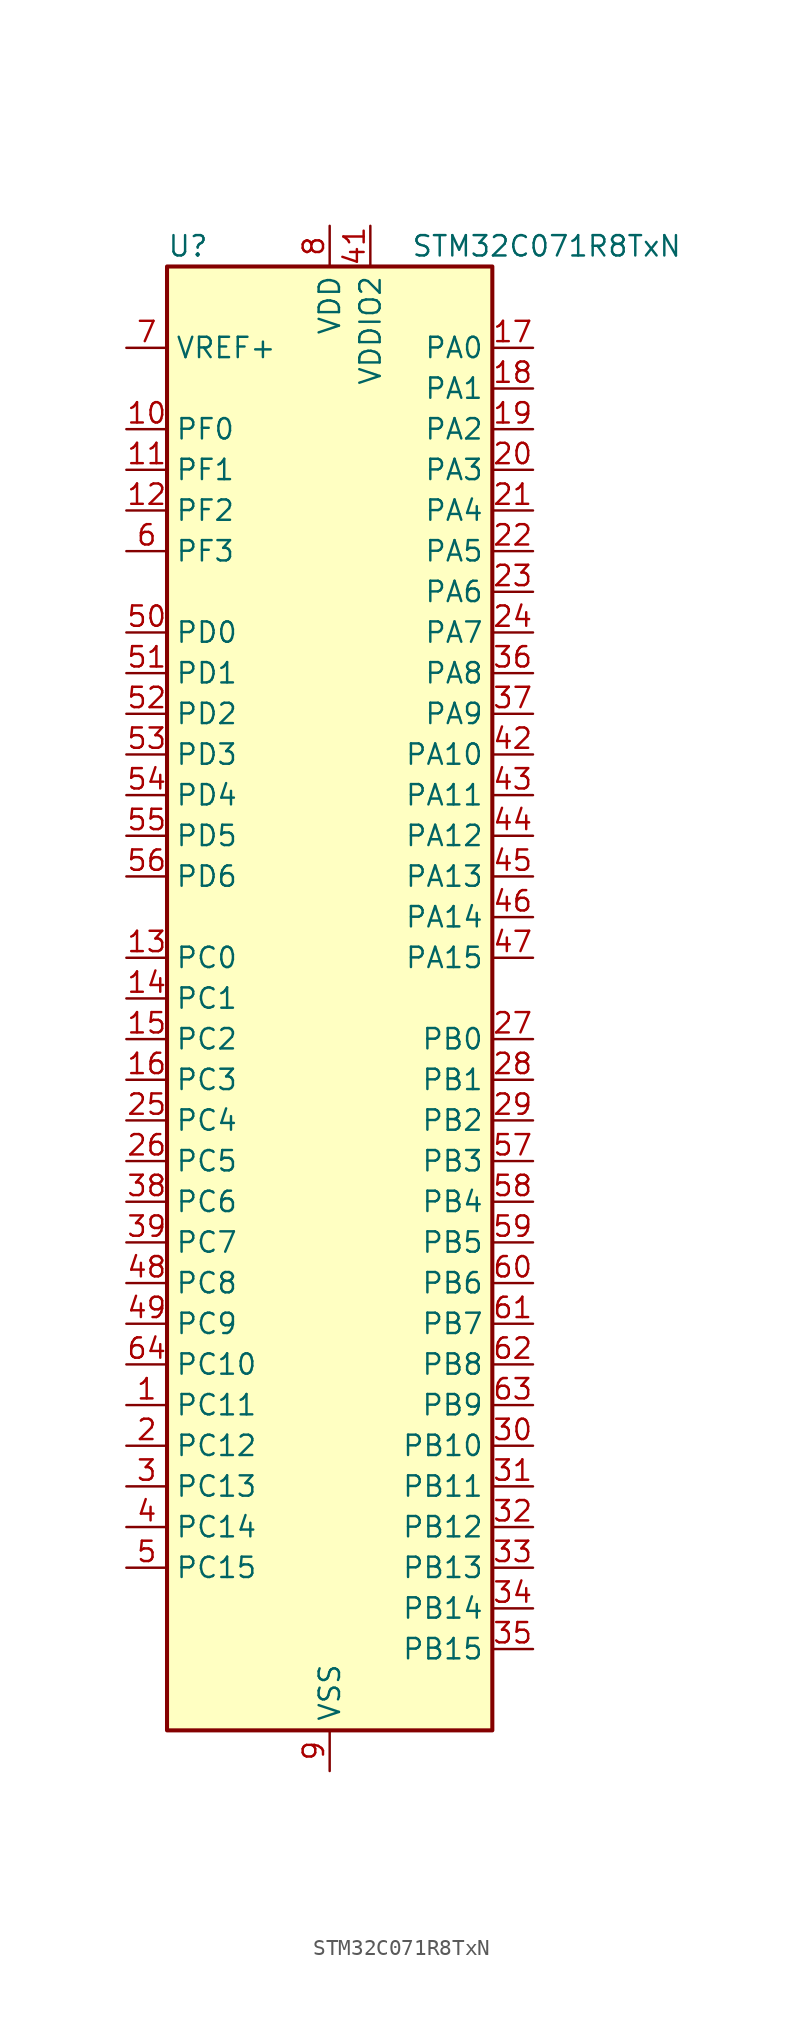
<source format=kicad_sym>
(kicad_symbol_lib
  (version 20241209)
  (generator "kicad_symbol_editor")
  (generator_version "9.0")
  (symbol "STM32C071R8TxN"
    (property "Reference" "U"
      (at -10.16 46.99 0)
      (effects (font (size 1.27 1.27)) (justify left)))
    (property "Value" "STM32C071R8TxN"
      (at 5.08 46.99 0)
      (effects (font (size 1.27 1.27)) (justify left)))
    (symbol "STM32C071R8TxN_0_1"
      (rectangle (start -10.16 -45.72) (end 10.16 45.72) (stroke (width 0.254) (type default)) (fill (type background))))
    (symbol "STM32C071R8TxN_1_1"
      (pin input line (at -12.7 40.64 0) (length 2.54) (name "VREF+" (effects (font (size 1.27 1.27)))) (number "7" (effects (font (size 1.27 1.27)))))
      (pin bidirectional line (at -12.7 35.56 0) (length 2.54) (name "PF0" (effects (font (size 1.27 1.27)))) (number "10" (effects (font (size 1.27 1.27)))) (alternate "CRS_SYNC" bidirectional line) (alternate "RCC_OSC_IN" bidirectional line) (alternate "TIM14_CH1" bidirectional line))
      (pin bidirectional line (at -12.7 33.02 0) (length 2.54) (name "PF1" (effects (font (size 1.27 1.27)))) (number "11" (effects (font (size 1.27 1.27)))) (alternate "RCC_OSC_EN" bidirectional line) (alternate "RCC_OSC_OUT" bidirectional line))
      (pin bidirectional line (at -12.7 30.48 0) (length 2.54) (name "PF2" (effects (font (size 1.27 1.27)))) (number "12" (effects (font (size 1.27 1.27)))) (alternate "RCC_MCO" bidirectional line) (alternate "TIM1_CH4" bidirectional line))
      (pin bidirectional line (at -12.7 27.94 0) (length 2.54) (name "PF3" (effects (font (size 1.27 1.27)))) (number "6" (effects (font (size 1.27 1.27)))))
      (pin bidirectional line (at -12.7 22.86 0) (length 2.54) (name "PD0" (effects (font (size 1.27 1.27)))) (number "50" (effects (font (size 1.27 1.27)))) (alternate "SPI2_NSS" bidirectional line) (alternate "TIM16_CH1" bidirectional line))
      (pin bidirectional line (at -12.7 20.32 0) (length 2.54) (name "PD1" (effects (font (size 1.27 1.27)))) (number "51" (effects (font (size 1.27 1.27)))) (alternate "SPI2_SCK" bidirectional line) (alternate "TIM17_CH1" bidirectional line))
      (pin bidirectional line (at -12.7 17.78 0) (length 2.54) (name "PD2" (effects (font (size 1.27 1.27)))) (number "52" (effects (font (size 1.27 1.27)))) (alternate "TIM1_CH1N" bidirectional line) (alternate "TIM3_ETR" bidirectional line))
      (pin bidirectional line (at -12.7 15.24 0) (length 2.54) (name "PD3" (effects (font (size 1.27 1.27)))) (number "53" (effects (font (size 1.27 1.27)))) (alternate "SPI2_MISO" bidirectional line) (alternate "TIM1_CH2N" bidirectional line) (alternate "USART2_CTS" bidirectional line) (alternate "USART2_NSS" bidirectional line))
      (pin bidirectional line (at -12.7 12.7 0) (length 2.54) (name "PD4" (effects (font (size 1.27 1.27)))) (number "54" (effects (font (size 1.27 1.27)))) (alternate "SPI2_MOSI" bidirectional line) (alternate "TIM1_CH3N" bidirectional line) (alternate "USART2_CK" bidirectional line) (alternate "USART2_DE" bidirectional line) (alternate "USART2_RTS" bidirectional line))
      (pin bidirectional line (at -12.7 10.16 0) (length 2.54) (name "PD5" (effects (font (size 1.27 1.27)))) (number "55" (effects (font (size 1.27 1.27)))) (alternate "I2S1_MCK" bidirectional line) (alternate "SPI1_MISO" bidirectional line) (alternate "TIM1_BKIN" bidirectional line) (alternate "USART2_TX" bidirectional line))
      (pin bidirectional line (at -12.7 7.62 0) (length 2.54) (name "PD6" (effects (font (size 1.27 1.27)))) (number "56" (effects (font (size 1.27 1.27)))) (alternate "I2S1_SD" bidirectional line) (alternate "SPI1_MOSI" bidirectional line) (alternate "USART2_RX" bidirectional line))
      (pin bidirectional line (at -12.7 2.54 0) (length 2.54) (name "PC0" (effects (font (size 1.27 1.27)))) (number "13" (effects (font (size 1.27 1.27)))))
      (pin bidirectional line (at -12.7 0 0) (length 2.54) (name "PC1" (effects (font (size 1.27 1.27)))) (number "14" (effects (font (size 1.27 1.27)))))
      (pin bidirectional line (at -12.7 -2.54 0) (length 2.54) (name "PC2" (effects (font (size 1.27 1.27)))) (number "15" (effects (font (size 1.27 1.27)))) (alternate "SPI2_MISO" bidirectional line))
      (pin bidirectional line (at -12.7 -5.08 0) (length 2.54) (name "PC3" (effects (font (size 1.27 1.27)))) (number "16" (effects (font (size 1.27 1.27)))) (alternate "SPI2_MOSI" bidirectional line))
      (pin bidirectional line (at -12.7 -7.62 0) (length 2.54) (name "PC4" (effects (font (size 1.27 1.27)))) (number "25" (effects (font (size 1.27 1.27)))) (alternate "ADC1_IN11" bidirectional line) (alternate "TIM2_CH1" bidirectional line) (alternate "TIM2_ETR" bidirectional line) (alternate "USART1_TX" bidirectional line))
      (pin bidirectional line (at -12.7 -10.16 0) (length 2.54) (name "PC5" (effects (font (size 1.27 1.27)))) (number "26" (effects (font (size 1.27 1.27)))) (alternate "ADC1_IN12" bidirectional line) (alternate "PWR_WKUP5" bidirectional line) (alternate "TIM2_CH2" bidirectional line) (alternate "USART1_RX" bidirectional line))
      (pin bidirectional line (at -12.7 -12.7 0) (length 2.54) (name "PC6" (effects (font (size 1.27 1.27)))) (number "38" (effects (font (size 1.27 1.27)))) (alternate "TIM2_CH3" bidirectional line) (alternate "TIM3_CH1" bidirectional line))
      (pin bidirectional line (at -12.7 -15.24 0) (length 2.54) (name "PC7" (effects (font (size 1.27 1.27)))) (number "39" (effects (font (size 1.27 1.27)))) (alternate "TIM2_CH4" bidirectional line) (alternate "TIM3_CH2" bidirectional line))
      (pin bidirectional line (at -12.7 -17.78 0) (length 2.54) (name "PC8" (effects (font (size 1.27 1.27)))) (number "48" (effects (font (size 1.27 1.27)))) (alternate "TIM1_CH1" bidirectional line) (alternate "TIM3_CH3" bidirectional line))
      (pin bidirectional line (at -12.7 -20.32 0) (length 2.54) (name "PC9" (effects (font (size 1.27 1.27)))) (number "49" (effects (font (size 1.27 1.27)))) (alternate "I2S_CKIN" bidirectional line) (alternate "TIM1_CH2" bidirectional line) (alternate "TIM3_CH4" bidirectional line) (alternate "USB_NOE" bidirectional line))
      (pin bidirectional line (at -12.7 -22.86 0) (length 2.54) (name "PC10" (effects (font (size 1.27 1.27)))) (number "64" (effects (font (size 1.27 1.27)))) (alternate "TIM1_CH3" bidirectional line))
      (pin bidirectional line (at -12.7 -25.4 0) (length 2.54) (name "PC11" (effects (font (size 1.27 1.27)))) (number "1" (effects (font (size 1.27 1.27)))) (alternate "ADC1_EXTI11" bidirectional line) (alternate "TIM1_CH4" bidirectional line))
      (pin bidirectional line (at -12.7 -27.94 0) (length 2.54) (name "PC12" (effects (font (size 1.27 1.27)))) (number "2" (effects (font (size 1.27 1.27)))) (alternate "TIM14_CH1" bidirectional line))
      (pin bidirectional line (at -12.7 -30.48 0) (length 2.54) (name "PC13" (effects (font (size 1.27 1.27)))) (number "3" (effects (font (size 1.27 1.27)))) (alternate "PWR_WKUP2" bidirectional line) (alternate "RTC_OUT1" bidirectional line) (alternate "RTC_TS" bidirectional line) (alternate "TIM1_BKIN" bidirectional line) (alternate "TIM1_ETR" bidirectional line))
      (pin bidirectional line (at -12.7 -33.02 0) (length 2.54) (name "PC14" (effects (font (size 1.27 1.27)))) (number "4" (effects (font (size 1.27 1.27)))) (alternate "I2C1_SDA" bidirectional line) (alternate "IR_OUT" bidirectional line) (alternate "RCC_OSCX_IN" bidirectional line) (alternate "SPI2_NSS" bidirectional line) (alternate "TIM17_CH1" bidirectional line) (alternate "TIM1_BKIN2" bidirectional line) (alternate "TIM1_ETR" bidirectional line) (alternate "TIM3_CH2" bidirectional line) (alternate "USART1_TX" bidirectional line) (alternate "USART2_CK" bidirectional line) (alternate "USART2_DE" bidirectional line) (alternate "USART2_RTS" bidirectional line))
      (pin bidirectional line (at -12.7 -35.56 0) (length 2.54) (name "PC15" (effects (font (size 1.27 1.27)))) (number "5" (effects (font (size 1.27 1.27)))) (alternate "RCC_OSC32_EN" bidirectional line) (alternate "RCC_OSCX_OUT" bidirectional line) (alternate "RCC_OSC_EN" bidirectional line) (alternate "TIM1_ETR" bidirectional line) (alternate "TIM3_CH3" bidirectional line))
      (pin power_in line (at 0 48.26 270) (length 2.54) (name "VDD" (effects (font (size 1.27 1.27)))) (number "8" (effects (font (size 1.27 1.27)))))
      (pin passive line (at 0 -48.26 90) (length 2.54) (hide yes) (name "VSS" (effects (font (size 1.27 1.27)))) (number "40" (effects (font (size 1.27 1.27)))))
      (pin power_in line (at 0 -48.26 90) (length 2.54) (name "VSS" (effects (font (size 1.27 1.27)))) (number "9" (effects (font (size 1.27 1.27)))))
      (pin power_in line (at 2.54 48.26 270) (length 2.54) (name "VDDIO2" (effects (font (size 1.27 1.27)))) (number "41" (effects (font (size 1.27 1.27)))))
      (pin bidirectional line (at 12.7 40.64 180) (length 2.54) (name "PA0" (effects (font (size 1.27 1.27)))) (number "17" (effects (font (size 1.27 1.27)))) (alternate "ADC1_IN0" bidirectional line) (alternate "PWR_WKUP1" bidirectional line) (alternate "SPI2_SCK" bidirectional line) (alternate "TIM16_CH1" bidirectional line) (alternate "TIM1_CH1" bidirectional line) (alternate "TIM2_CH1" bidirectional line) (alternate "TIM2_ETR" bidirectional line) (alternate "USART1_TX" bidirectional line) (alternate "USART2_CTS" bidirectional line) (alternate "USART2_NSS" bidirectional line))
      (pin bidirectional line (at 12.7 38.1 180) (length 2.54) (name "PA1" (effects (font (size 1.27 1.27)))) (number "18" (effects (font (size 1.27 1.27)))) (alternate "ADC1_IN1" bidirectional line) (alternate "I2C1_SMBA" bidirectional line) (alternate "I2S1_CK" bidirectional line) (alternate "SPI1_SCK" bidirectional line) (alternate "TIM17_CH1" bidirectional line) (alternate "TIM1_CH2" bidirectional line) (alternate "TIM2_CH2" bidirectional line) (alternate "USART1_RX" bidirectional line) (alternate "USART2_CK" bidirectional line) (alternate "USART2_DE" bidirectional line) (alternate "USART2_RTS" bidirectional line))
      (pin bidirectional line (at 12.7 35.56 180) (length 2.54) (name "PA2" (effects (font (size 1.27 1.27)))) (number "19" (effects (font (size 1.27 1.27)))) (alternate "ADC1_IN2" bidirectional line) (alternate "I2S1_SD" bidirectional line) (alternate "PWR_WKUP4" bidirectional line) (alternate "RCC_LSCO" bidirectional line) (alternate "SPI1_MOSI" bidirectional line) (alternate "TIM16_CH1N" bidirectional line) (alternate "TIM1_CH3" bidirectional line) (alternate "TIM2_CH3" bidirectional line) (alternate "TIM3_ETR" bidirectional line) (alternate "USART2_TX" bidirectional line))
      (pin bidirectional line (at 12.7 33.02 180) (length 2.54) (name "PA3" (effects (font (size 1.27 1.27)))) (number "20" (effects (font (size 1.27 1.27)))) (alternate "ADC1_IN3" bidirectional line) (alternate "SPI2_MISO" bidirectional line) (alternate "TIM1_CH1N" bidirectional line) (alternate "TIM1_CH4" bidirectional line) (alternate "TIM2_CH4" bidirectional line) (alternate "USART2_RX" bidirectional line))
      (pin bidirectional line (at 12.7 30.48 180) (length 2.54) (name "PA4" (effects (font (size 1.27 1.27)))) (number "21" (effects (font (size 1.27 1.27)))) (alternate "ADC1_IN4" bidirectional line) (alternate "I2S1_WS" bidirectional line) (alternate "RTC_OUT2" bidirectional line) (alternate "SPI1_NSS" bidirectional line) (alternate "SPI2_MOSI" bidirectional line) (alternate "TIM14_CH1" bidirectional line) (alternate "TIM17_CH1N" bidirectional line) (alternate "TIM1_CH2N" bidirectional line) (alternate "USART2_TX" bidirectional line) (alternate "USB_NOE" bidirectional line))
      (pin bidirectional line (at 12.7 27.94 180) (length 2.54) (name "PA5" (effects (font (size 1.27 1.27)))) (number "22" (effects (font (size 1.27 1.27)))) (alternate "ADC1_IN5" bidirectional line) (alternate "I2S1_CK" bidirectional line) (alternate "SPI1_SCK" bidirectional line) (alternate "TIM1_CH1" bidirectional line) (alternate "TIM1_CH3N" bidirectional line) (alternate "TIM2_CH1" bidirectional line) (alternate "TIM2_ETR" bidirectional line) (alternate "USART2_RX" bidirectional line))
      (pin bidirectional line (at 12.7 25.4 180) (length 2.54) (name "PA6" (effects (font (size 1.27 1.27)))) (number "23" (effects (font (size 1.27 1.27)))) (alternate "ADC1_IN6" bidirectional line) (alternate "I2C2_SDA" bidirectional line) (alternate "I2S1_MCK" bidirectional line) (alternate "SPI1_MISO" bidirectional line) (alternate "TIM16_CH1" bidirectional line) (alternate "TIM1_BKIN" bidirectional line) (alternate "TIM3_CH1" bidirectional line))
      (pin bidirectional line (at 12.7 22.86 180) (length 2.54) (name "PA7" (effects (font (size 1.27 1.27)))) (number "24" (effects (font (size 1.27 1.27)))) (alternate "ADC1_IN7" bidirectional line) (alternate "I2C2_SCL" bidirectional line) (alternate "I2S1_SD" bidirectional line) (alternate "SPI1_MOSI" bidirectional line) (alternate "TIM14_CH1" bidirectional line) (alternate "TIM17_CH1" bidirectional line) (alternate "TIM1_CH1N" bidirectional line) (alternate "TIM3_CH2" bidirectional line))
      (pin bidirectional line (at 12.7 20.32 180) (length 2.54) (name "PA8" (effects (font (size 1.27 1.27)))) (number "36" (effects (font (size 1.27 1.27)))) (alternate "ADC1_IN8" bidirectional line) (alternate "CRS_SYNC" bidirectional line) (alternate "I2S1_WS" bidirectional line) (alternate "RCC_MCO" bidirectional line) (alternate "RCC_MCO2" bidirectional line) (alternate "SPI1_NSS" bidirectional line) (alternate "SPI2_MISO" bidirectional line) (alternate "SPI2_NSS" bidirectional line) (alternate "TIM14_CH1" bidirectional line) (alternate "TIM1_CH1" bidirectional line) (alternate "TIM1_CH2N" bidirectional line) (alternate "TIM1_CH3N" bidirectional line) (alternate "TIM3_CH3" bidirectional line) (alternate "TIM3_CH4" bidirectional line) (alternate "USART1_RX" bidirectional line) (alternate "USART2_TX" bidirectional line))
      (pin bidirectional line (at 12.7 17.78 180) (length 2.54) (name "PA9" (effects (font (size 1.27 1.27)))) (number "37" (effects (font (size 1.27 1.27)))) (alternate "I2C1_SCL" bidirectional line) (alternate "I2C2_SCL" bidirectional line) (alternate "RCC_MCO" bidirectional line) (alternate "SPI2_MISO" bidirectional line) (alternate "TIM1_CH2" bidirectional line) (alternate "TIM3_ETR" bidirectional line) (alternate "USART1_TX" bidirectional line))
      (pin bidirectional line (at 12.7 15.24 180) (length 2.54) (name "PA10" (effects (font (size 1.27 1.27)))) (number "42" (effects (font (size 1.27 1.27)))) (alternate "I2C1_SDA" bidirectional line) (alternate "I2C2_SDA" bidirectional line) (alternate "RCC_MCO2" bidirectional line) (alternate "SPI2_MOSI" bidirectional line) (alternate "TIM17_BKIN" bidirectional line) (alternate "TIM1_CH3" bidirectional line) (alternate "USART1_RX" bidirectional line))
      (pin bidirectional line (at 12.7 12.7 180) (length 2.54) (name "PA11" (effects (font (size 1.27 1.27)))) (number "43" (effects (font (size 1.27 1.27)))) (alternate "ADC1_EXTI11" bidirectional line) (alternate "I2C2_SCL" bidirectional line) (alternate "I2S1_MCK" bidirectional line) (alternate "SPI1_MISO" bidirectional line) (alternate "TIM1_BKIN2" bidirectional line) (alternate "TIM1_CH4" bidirectional line) (alternate "USART1_CTS" bidirectional line) (alternate "USART1_NSS" bidirectional line) (alternate "USB_DM" bidirectional line))
      (pin bidirectional line (at 12.7 10.16 180) (length 2.54) (name "PA12" (effects (font (size 1.27 1.27)))) (number "44" (effects (font (size 1.27 1.27)))) (alternate "I2C2_SDA" bidirectional line) (alternate "I2S1_SD" bidirectional line) (alternate "I2S_CKIN" bidirectional line) (alternate "SPI1_MOSI" bidirectional line) (alternate "TIM1_ETR" bidirectional line) (alternate "USART1_CK" bidirectional line) (alternate "USART1_DE" bidirectional line) (alternate "USART1_RTS" bidirectional line) (alternate "USB_DP" bidirectional line))
      (pin bidirectional line (at 12.7 7.62 180) (length 2.54) (name "PA13" (effects (font (size 1.27 1.27)))) (number "45" (effects (font (size 1.27 1.27)))) (alternate "ADC1_IN13" bidirectional line) (alternate "DEBUG_SWDIO" bidirectional line) (alternate "IR_OUT" bidirectional line) (alternate "TIM3_ETR" bidirectional line) (alternate "USART2_RX" bidirectional line) (alternate "USB_NOE" bidirectional line))
      (pin bidirectional line (at 12.7 5.08 180) (length 2.54) (name "PA14" (effects (font (size 1.27 1.27)))) (number "46" (effects (font (size 1.27 1.27)))) (alternate "ADC1_IN14" bidirectional line) (alternate "DEBUG_SWCLK" bidirectional line) (alternate "I2S1_WS" bidirectional line) (alternate "RCC_MCO2" bidirectional line) (alternate "SPI1_NSS" bidirectional line) (alternate "TIM1_CH1" bidirectional line) (alternate "USART1_CK" bidirectional line) (alternate "USART1_DE" bidirectional line) (alternate "USART1_RTS" bidirectional line) (alternate "USART2_RX" bidirectional line) (alternate "USART2_TX" bidirectional line))
      (pin bidirectional line (at 12.7 2.54 180) (length 2.54) (name "PA15" (effects (font (size 1.27 1.27)))) (number "47" (effects (font (size 1.27 1.27)))) (alternate "I2S1_WS" bidirectional line) (alternate "RCC_MCO2" bidirectional line) (alternate "SPI1_NSS" bidirectional line) (alternate "TIM1_CH1" bidirectional line) (alternate "TIM2_CH1" bidirectional line) (alternate "TIM2_ETR" bidirectional line) (alternate "USART1_CK" bidirectional line) (alternate "USART1_DE" bidirectional line) (alternate "USART1_RTS" bidirectional line) (alternate "USART2_RX" bidirectional line) (alternate "USB_NOE" bidirectional line))
      (pin bidirectional line (at 12.7 -2.54 180) (length 2.54) (name "PB0" (effects (font (size 1.27 1.27)))) (number "27" (effects (font (size 1.27 1.27)))) (alternate "ADC1_IN17" bidirectional line) (alternate "I2S1_WS" bidirectional line) (alternate "SPI1_NSS" bidirectional line) (alternate "TIM1_CH2N" bidirectional line) (alternate "TIM3_CH3" bidirectional line))
      (pin bidirectional line (at 12.7 -5.08 180) (length 2.54) (name "PB1" (effects (font (size 1.27 1.27)))) (number "28" (effects (font (size 1.27 1.27)))) (alternate "ADC1_IN18" bidirectional line) (alternate "TIM14_CH1" bidirectional line) (alternate "TIM1_CH2N" bidirectional line) (alternate "TIM1_CH3N" bidirectional line) (alternate "TIM3_CH4" bidirectional line))
      (pin bidirectional line (at 12.7 -7.62 180) (length 2.54) (name "PB2" (effects (font (size 1.27 1.27)))) (number "29" (effects (font (size 1.27 1.27)))) (alternate "ADC1_IN19" bidirectional line) (alternate "RCC_MCO2" bidirectional line) (alternate "SPI2_MISO" bidirectional line) (alternate "USART1_RX" bidirectional line))
      (pin bidirectional line (at 12.7 -10.16 180) (length 2.54) (name "PB3" (effects (font (size 1.27 1.27)))) (number "57" (effects (font (size 1.27 1.27)))) (alternate "I2C2_SCL" bidirectional line) (alternate "I2S1_CK" bidirectional line) (alternate "SPI1_SCK" bidirectional line) (alternate "TIM1_CH2" bidirectional line) (alternate "TIM2_CH2" bidirectional line) (alternate "TIM3_CH2" bidirectional line) (alternate "USART1_CK" bidirectional line) (alternate "USART1_DE" bidirectional line) (alternate "USART1_RTS" bidirectional line))
      (pin bidirectional line (at 12.7 -12.7 180) (length 2.54) (name "PB4" (effects (font (size 1.27 1.27)))) (number "58" (effects (font (size 1.27 1.27)))) (alternate "I2C2_SDA" bidirectional line) (alternate "I2S1_MCK" bidirectional line) (alternate "SPI1_MISO" bidirectional line) (alternate "TIM17_BKIN" bidirectional line) (alternate "TIM3_CH1" bidirectional line) (alternate "USART1_CTS" bidirectional line) (alternate "USART1_NSS" bidirectional line))
      (pin bidirectional line (at 12.7 -15.24 180) (length 2.54) (name "PB5" (effects (font (size 1.27 1.27)))) (number "59" (effects (font (size 1.27 1.27)))) (alternate "I2C1_SMBA" bidirectional line) (alternate "I2S1_SD" bidirectional line) (alternate "PWR_WKUP6" bidirectional line) (alternate "SPI1_MOSI" bidirectional line) (alternate "TIM16_BKIN" bidirectional line) (alternate "TIM3_CH2" bidirectional line) (alternate "TIM3_CH3" bidirectional line))
      (pin bidirectional line (at 12.7 -17.78 180) (length 2.54) (name "PB6" (effects (font (size 1.27 1.27)))) (number "60" (effects (font (size 1.27 1.27)))) (alternate "I2C1_SCL" bidirectional line) (alternate "I2C1_SMBA" bidirectional line) (alternate "I2S1_CK" bidirectional line) (alternate "I2S1_MCK" bidirectional line) (alternate "I2S1_SD" bidirectional line) (alternate "PWR_WKUP3" bidirectional line) (alternate "SPI1_MISO" bidirectional line) (alternate "SPI1_MOSI" bidirectional line) (alternate "SPI1_SCK" bidirectional line) (alternate "SPI2_MISO" bidirectional line) (alternate "TIM16_BKIN" bidirectional line) (alternate "TIM16_CH1N" bidirectional line) (alternate "TIM17_BKIN" bidirectional line) (alternate "TIM1_CH2" bidirectional line) (alternate "TIM1_CH3" bidirectional line) (alternate "TIM3_CH1" bidirectional line) (alternate "TIM3_CH2" bidirectional line) (alternate "TIM3_CH3" bidirectional line) (alternate "USART1_CTS" bidirectional line) (alternate "USART1_NSS" bidirectional line) (alternate "USART1_TX" bidirectional line))
      (pin bidirectional line (at 12.7 -20.32 180) (length 2.54) (name "PB7" (effects (font (size 1.27 1.27)))) (number "61" (effects (font (size 1.27 1.27)))) (alternate "I2C1_SCL" bidirectional line) (alternate "I2C1_SDA" bidirectional line) (alternate "SPI2_MOSI" bidirectional line) (alternate "TIM16_CH1" bidirectional line) (alternate "TIM17_CH1N" bidirectional line) (alternate "TIM1_CH4" bidirectional line) (alternate "TIM3_CH1" bidirectional line) (alternate "TIM3_CH4" bidirectional line) (alternate "USART1_RX" bidirectional line) (alternate "USART2_CTS" bidirectional line) (alternate "USART2_NSS" bidirectional line))
      (pin bidirectional line (at 12.7 -22.86 180) (length 2.54) (name "PB8" (effects (font (size 1.27 1.27)))) (number "62" (effects (font (size 1.27 1.27)))) (alternate "I2C1_SCL" bidirectional line) (alternate "SPI2_SCK" bidirectional line) (alternate "TIM16_CH1" bidirectional line) (alternate "TIM3_CH1" bidirectional line) (alternate "USART2_CTS" bidirectional line) (alternate "USART2_NSS" bidirectional line))
      (pin bidirectional line (at 12.7 -25.4 180) (length 2.54) (name "PB9" (effects (font (size 1.27 1.27)))) (number "63" (effects (font (size 1.27 1.27)))) (alternate "I2C1_SDA" bidirectional line) (alternate "IR_OUT" bidirectional line) (alternate "SPI2_NSS" bidirectional line) (alternate "TIM17_CH1" bidirectional line) (alternate "TIM3_CH2" bidirectional line) (alternate "USART2_CK" bidirectional line) (alternate "USART2_DE" bidirectional line) (alternate "USART2_RTS" bidirectional line))
      (pin bidirectional line (at 12.7 -27.94 180) (length 2.54) (name "PB10" (effects (font (size 1.27 1.27)))) (number "30" (effects (font (size 1.27 1.27)))) (alternate "ADC1_IN20" bidirectional line) (alternate "I2C2_SCL" bidirectional line) (alternate "SPI2_SCK" bidirectional line) (alternate "TIM2_CH3" bidirectional line))
      (pin bidirectional line (at 12.7 -30.48 180) (length 2.54) (name "PB11" (effects (font (size 1.27 1.27)))) (number "31" (effects (font (size 1.27 1.27)))) (alternate "ADC1_EXTI11" bidirectional line) (alternate "ADC1_IN21" bidirectional line) (alternate "I2C2_SDA" bidirectional line) (alternate "SPI2_MOSI" bidirectional line) (alternate "TIM2_CH4" bidirectional line))
      (pin bidirectional line (at 12.7 -33.02 180) (length 2.54) (name "PB12" (effects (font (size 1.27 1.27)))) (number "32" (effects (font (size 1.27 1.27)))) (alternate "ADC1_IN22" bidirectional line) (alternate "SPI2_NSS" bidirectional line) (alternate "TIM1_BKIN" bidirectional line) (alternate "TIM1_BKIN2" bidirectional line))
      (pin bidirectional line (at 12.7 -35.56 180) (length 2.54) (name "PB13" (effects (font (size 1.27 1.27)))) (number "33" (effects (font (size 1.27 1.27)))) (alternate "I2C2_SCL" bidirectional line) (alternate "SPI2_SCK" bidirectional line) (alternate "TIM1_CH1N" bidirectional line))
      (pin bidirectional line (at 12.7 -38.1 180) (length 2.54) (name "PB14" (effects (font (size 1.27 1.27)))) (number "34" (effects (font (size 1.27 1.27)))) (alternate "I2C2_SDA" bidirectional line) (alternate "SPI2_MISO" bidirectional line) (alternate "TIM1_CH2N" bidirectional line))
      (pin bidirectional line (at 12.7 -40.64 180) (length 2.54) (name "PB15" (effects (font (size 1.27 1.27)))) (number "35" (effects (font (size 1.27 1.27)))) (alternate "RTC_REFIN" bidirectional line) (alternate "SPI2_MOSI" bidirectional line) (alternate "TIM1_CH3N" bidirectional line)))))
</source>
